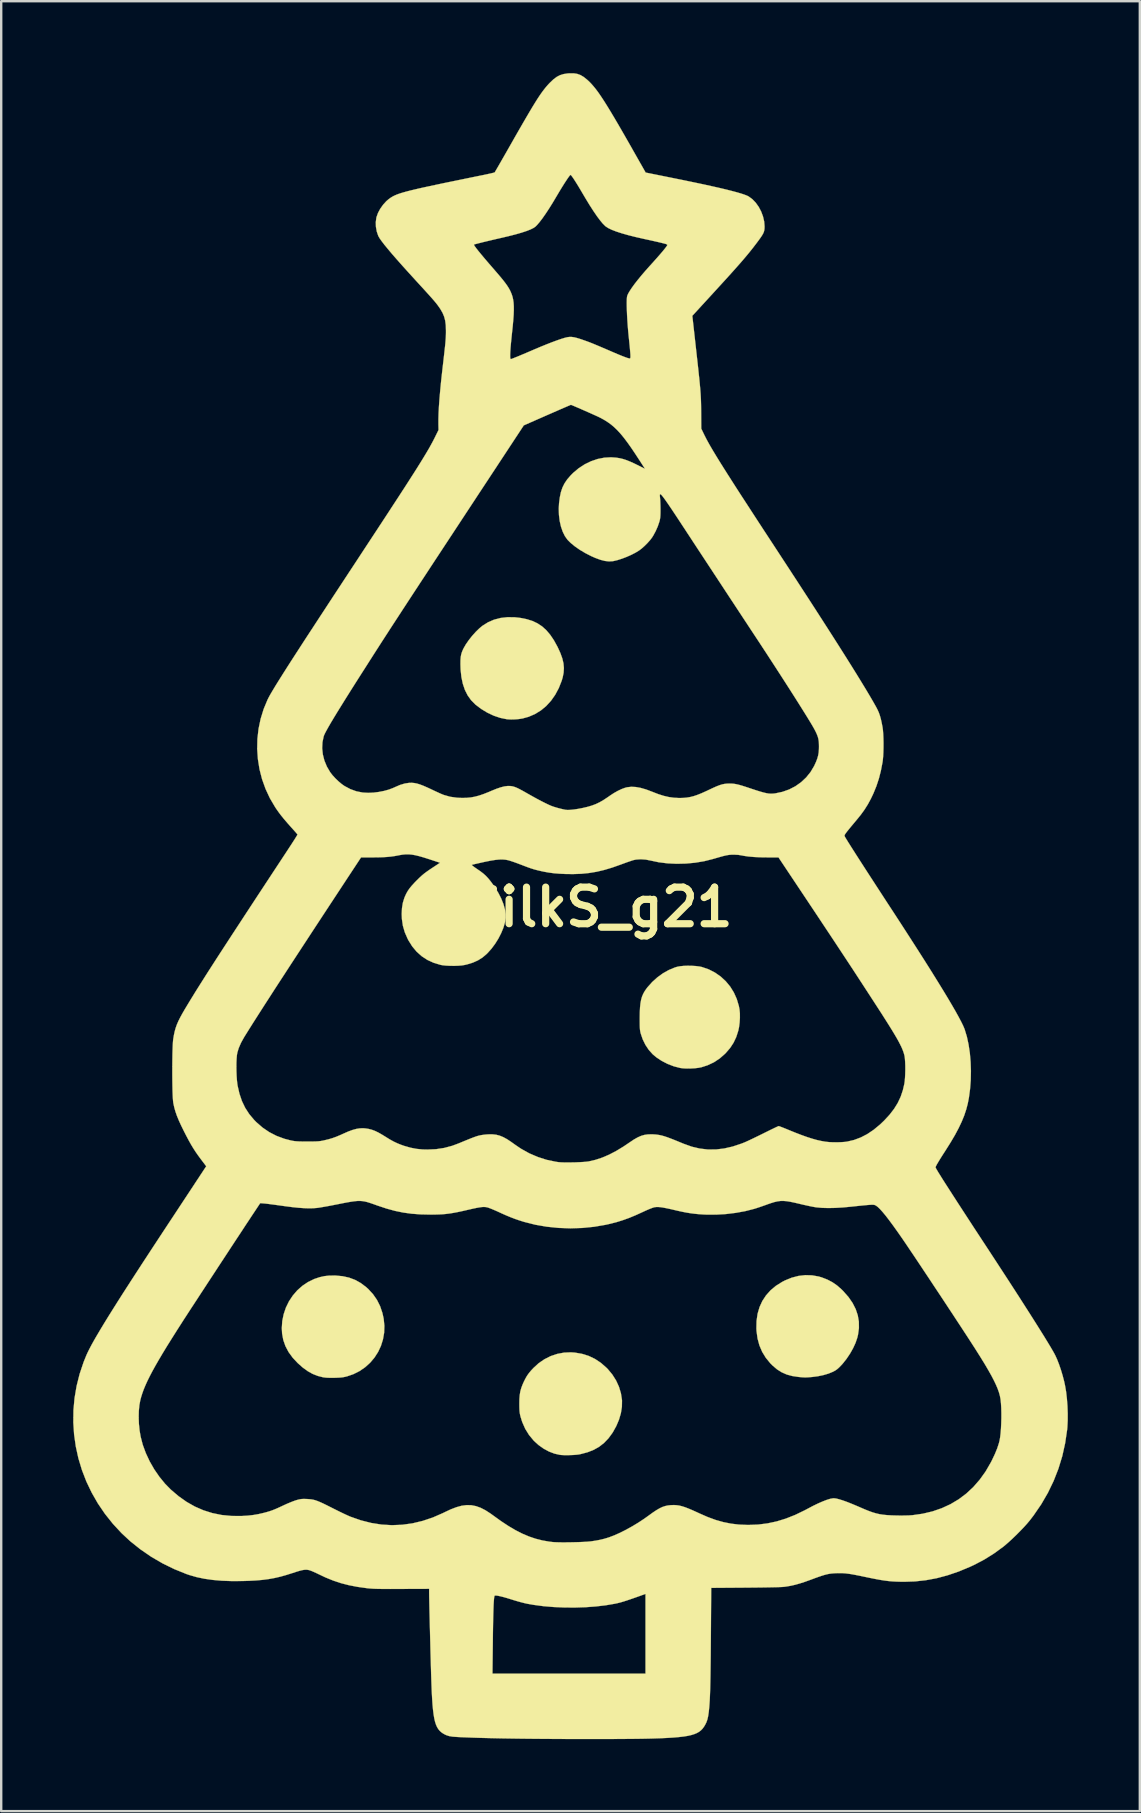
<source format=kicad_pcb>
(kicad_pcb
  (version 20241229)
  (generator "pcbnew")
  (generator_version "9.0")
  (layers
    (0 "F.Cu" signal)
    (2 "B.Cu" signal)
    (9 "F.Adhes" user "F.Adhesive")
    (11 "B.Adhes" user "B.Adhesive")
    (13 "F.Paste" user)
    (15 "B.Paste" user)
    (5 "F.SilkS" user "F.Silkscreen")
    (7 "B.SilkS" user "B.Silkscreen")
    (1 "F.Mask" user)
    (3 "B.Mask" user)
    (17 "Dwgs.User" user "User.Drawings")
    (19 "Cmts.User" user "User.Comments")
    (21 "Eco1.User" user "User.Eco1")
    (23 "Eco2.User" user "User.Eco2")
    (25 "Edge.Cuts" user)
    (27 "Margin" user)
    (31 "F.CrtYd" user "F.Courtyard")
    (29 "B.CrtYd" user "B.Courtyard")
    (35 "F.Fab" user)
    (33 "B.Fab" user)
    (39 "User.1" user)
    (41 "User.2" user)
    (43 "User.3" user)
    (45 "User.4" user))
  (footprint "F.SilkS_g21"
    (layer "F.Cu")
    (at 20.887 34.754)
    (property "Reference" "F.SilkS_g21" (at 0 0 0) (layer "F.SilkS") (effects (font (size 1.524 1.524) (thickness 0.3))))
    (attr through_hole)
    (fp_poly (pts (xy -9.959 15.352) (xy -9.662 15.379) (xy -9.389 15.439) (xy -9.137 15.534) (xy -8.9 15.666) (xy -8.676 15.836) (xy -8.593 15.911) (xy -8.393 16.128) (xy -8.228 16.366) (xy -8.097 16.627) (xy -8.001 16.911) (xy -7.948 17.153) (xy -7.919 17.447) (xy -7.929 17.735) (xy -7.978 18.015) (xy -8.062 18.283) (xy -8.181 18.536) (xy -8.332 18.771) (xy -8.512 18.984) (xy -8.72 19.172) (xy -8.954 19.333) (xy -9.212 19.462) (xy -9.464 19.549) (xy -9.555 19.572) (xy -9.64 19.589) (xy -9.731 19.6) (xy -9.841 19.607) (xy -9.98 19.612) (xy -9.991 19.612) (xy -10.189 19.614) (xy -10.348 19.607) (xy -10.468 19.592) (xy -10.47 19.592) (xy -10.696 19.534) (xy -10.909 19.45) (xy -11.115 19.335) (xy -11.32 19.186) (xy -11.53 19) (xy -11.531 18.999) (xy -11.742 18.773) (xy -11.912 18.539) (xy -12.041 18.295) (xy -12.131 18.039) (xy -12.181 17.771) (xy -12.193 17.544) (xy -12.174 17.248) (xy -12.115 16.961) (xy -12.022 16.686) (xy -11.895 16.427) (xy -11.737 16.188) (xy -11.551 15.971) (xy -11.339 15.782) (xy -11.103 15.623) (xy -10.846 15.498) (xy -10.827 15.491) (xy -10.619 15.421) (xy -10.417 15.376) (xy -10.207 15.353) (xy -9.975 15.352) (xy -9.959 15.352)) (stroke (width 0.01) (type solid)) (fill yes) (layer "F.SilkS"))
    (fp_poly (pts (xy -2.481 -12.08) (xy -2.254 -12.054) (xy -1.99 -12.002) (xy -1.753 -11.928) (xy -1.54 -11.828) (xy -1.346 -11.7) (xy -1.17 -11.541) (xy -1.007 -11.349) (xy -0.853 -11.12) (xy -0.705 -10.851) (xy -0.693 -10.827) (xy -0.583 -10.586) (xy -0.504 -10.366) (xy -0.456 -10.161) (xy -0.438 -9.964) (xy -0.45 -9.769) (xy -0.49 -9.569) (xy -0.529 -9.438) (xy -0.651 -9.129) (xy -0.801 -8.849) (xy -0.976 -8.6) (xy -1.176 -8.382) (xy -1.398 -8.198) (xy -1.642 -8.048) (xy -1.906 -7.934) (xy -2.159 -7.864) (xy -2.308 -7.84) (xy -2.475 -7.826) (xy -2.641 -7.822) (xy -2.79 -7.829) (xy -2.826 -7.834) (xy -3.09 -7.888) (xy -3.36 -7.979) (xy -3.626 -8.104) (xy -3.881 -8.258) (xy -4.118 -8.437) (xy -4.132 -8.45) (xy -4.304 -8.624) (xy -4.447 -8.823) (xy -4.562 -9.05) (xy -4.649 -9.305) (xy -4.709 -9.59) (xy -4.742 -9.906) (xy -4.749 -10.128) (xy -4.747 -10.291) (xy -4.737 -10.423) (xy -4.717 -10.535) (xy -4.684 -10.64) (xy -4.637 -10.749) (xy -4.62 -10.784) (xy -4.525 -10.95) (xy -4.403 -11.126) (xy -4.263 -11.303) (xy -4.114 -11.47) (xy -3.963 -11.617) (xy -3.833 -11.725) (xy -3.601 -11.871) (xy -3.35 -11.98) (xy -3.079 -12.051) (xy -2.79 -12.084) (xy -2.481 -12.08)) (stroke (width 0.01) (type solid)) (fill yes) (layer "F.SilkS"))
    (fp_poly (pts (xy 9.903 15.343) (xy 10.181 15.392) (xy 10.313 15.431) (xy 10.546 15.522) (xy 10.756 15.633) (xy 10.951 15.769) (xy 11.143 15.939) (xy 11.212 16.009) (xy 11.425 16.252) (xy 11.595 16.499) (xy 11.723 16.752) (xy 11.809 17.009) (xy 11.854 17.272) (xy 11.857 17.542) (xy 11.819 17.818) (xy 11.787 17.949) (xy 11.715 18.16) (xy 11.612 18.383) (xy 11.485 18.608) (xy 11.339 18.825) (xy 11.18 19.025) (xy 11.111 19.1) (xy 11.024 19.189) (xy 10.949 19.255) (xy 10.876 19.306) (xy 10.79 19.353) (xy 10.768 19.364) (xy 10.588 19.438) (xy 10.377 19.5) (xy 10.147 19.548) (xy 9.908 19.579) (xy 9.906 19.579) (xy 9.782 19.589) (xy 9.685 19.595) (xy 9.603 19.596) (xy 9.519 19.593) (xy 9.422 19.585) (xy 9.345 19.578) (xy 9.082 19.539) (xy 8.849 19.476) (xy 8.638 19.383) (xy 8.443 19.26) (xy 8.256 19.1) (xy 8.166 19.01) (xy 7.977 18.78) (xy 7.825 18.531) (xy 7.71 18.262) (xy 7.632 17.974) (xy 7.59 17.663) (xy 7.584 17.558) (xy 7.591 17.241) (xy 7.634 16.944) (xy 7.715 16.667) (xy 7.832 16.412) (xy 7.985 16.179) (xy 8.173 15.968) (xy 8.396 15.781) (xy 8.655 15.618) (xy 8.772 15.557) (xy 9.053 15.442) (xy 9.337 15.368) (xy 9.621 15.335) (xy 9.903 15.343)) (stroke (width 0.01) (type solid)) (fill yes) (layer "F.SilkS"))
    (fp_poly (pts (xy 0.019 18.563) (xy 0.321 18.615) (xy 0.602 18.704) (xy 0.865 18.831) (xy 1.111 18.996) (xy 1.343 19.2) (xy 1.392 19.25) (xy 1.581 19.478) (xy 1.737 19.725) (xy 1.857 19.987) (xy 1.939 20.259) (xy 1.982 20.536) (xy 1.984 20.569) (xy 1.979 20.824) (xy 1.937 21.089) (xy 1.858 21.358) (xy 1.745 21.625) (xy 1.6 21.885) (xy 1.582 21.913) (xy 1.417 22.138) (xy 1.235 22.327) (xy 1.034 22.485) (xy 0.808 22.613) (xy 0.554 22.714) (xy 0.269 22.79) (xy 0.192 22.806) (xy 0.098 22.818) (xy -0.026 22.828) (xy -0.166 22.834) (xy -0.31 22.836) (xy -0.445 22.835) (xy -0.557 22.829) (xy -0.603 22.824) (xy -0.831 22.773) (xy -1.061 22.685) (xy -1.285 22.564) (xy -1.496 22.414) (xy -1.688 22.239) (xy -1.694 22.232) (xy -1.891 21.995) (xy -2.051 21.736) (xy -2.175 21.455) (xy -2.238 21.254) (xy -2.26 21.169) (xy -2.275 21.093) (xy -2.285 21.015) (xy -2.291 20.925) (xy -2.294 20.811) (xy -2.295 20.701) (xy -2.292 20.5) (xy -2.278 20.329) (xy -2.253 20.177) (xy -2.212 20.032) (xy -2.155 19.882) (xy -2.108 19.778) (xy -2.039 19.64) (xy -1.972 19.525) (xy -1.898 19.421) (xy -1.809 19.313) (xy -1.705 19.202) (xy -1.486 19.002) (xy -1.245 18.837) (xy -0.987 18.708) (xy -0.715 18.617) (xy -0.433 18.564) (xy -0.146 18.552) (xy 0.019 18.563)) (stroke (width 0.01) (type solid)) (fill yes) (layer "F.SilkS"))
    (fp_poly (pts (xy 4.896 2.444) (xy 5.063 2.454) (xy 5.212 2.473) (xy 5.313 2.494) (xy 5.596 2.592) (xy 5.858 2.726) (xy 6.096 2.892) (xy 6.308 3.088) (xy 6.493 3.311) (xy 6.646 3.559) (xy 6.767 3.829) (xy 6.853 4.118) (xy 6.88 4.261) (xy 6.896 4.424) (xy 6.897 4.611) (xy 6.885 4.808) (xy 6.861 4.998) (xy 6.83 5.146) (xy 6.745 5.41) (xy 6.633 5.648) (xy 6.489 5.868) (xy 6.307 6.079) (xy 6.278 6.109) (xy 6.056 6.304) (xy 5.816 6.463) (xy 5.554 6.587) (xy 5.295 6.671) (xy 5.17 6.695) (xy 5.018 6.713) (xy 4.851 6.722) (xy 4.684 6.724) (xy 4.531 6.717) (xy 4.41 6.701) (xy 4.146 6.633) (xy 3.885 6.533) (xy 3.638 6.406) (xy 3.413 6.256) (xy 3.262 6.129) (xy 3.1 5.949) (xy 2.96 5.739) (xy 2.845 5.504) (xy 2.769 5.281) (xy 2.753 5.222) (xy 2.742 5.166) (xy 2.733 5.105) (xy 2.728 5.033) (xy 2.724 4.942) (xy 2.723 4.824) (xy 2.722 4.674) (xy 2.722 4.625) (xy 2.725 4.385) (xy 2.735 4.181) (xy 2.753 4.007) (xy 2.781 3.857) (xy 2.819 3.724) (xy 2.871 3.603) (xy 2.937 3.488) (xy 3.019 3.372) (xy 3.046 3.338) (xy 3.24 3.121) (xy 3.456 2.926) (xy 3.689 2.757) (xy 3.932 2.62) (xy 4.179 2.517) (xy 4.286 2.484) (xy 4.406 2.462) (xy 4.556 2.447) (xy 4.723 2.441) (xy 4.896 2.444)) (stroke (width 0.01) (type solid)) (fill yes) (layer "F.SilkS"))
    (fp_poly (pts (xy -0.032 -34.749) (xy 0.116 -34.726) (xy 0.252 -34.677) (xy 0.386 -34.598) (xy 0.526 -34.486) (xy 0.57 -34.447) (xy 0.645 -34.375) (xy 0.72 -34.296) (xy 0.797 -34.207) (xy 0.878 -34.108) (xy 0.963 -33.996) (xy 1.054 -33.868) (xy 1.152 -33.722) (xy 1.259 -33.557) (xy 1.376 -33.37) (xy 1.505 -33.159) (xy 1.646 -32.923) (xy 1.802 -32.658) (xy 1.973 -32.363) (xy 2.161 -32.035) (xy 2.368 -31.673) (xy 2.433 -31.557) (xy 2.969 -30.613) (xy 4.046 -30.396) (xy 4.526 -30.299) (xy 4.964 -30.208) (xy 5.363 -30.124) (xy 5.721 -30.045) (xy 6.042 -29.973) (xy 6.324 -29.906) (xy 6.569 -29.844) (xy 6.778 -29.788) (xy 6.952 -29.737) (xy 7.09 -29.691) (xy 7.195 -29.65) (xy 7.258 -29.619) (xy 7.413 -29.506) (xy 7.555 -29.359) (xy 7.679 -29.185) (xy 7.782 -28.991) (xy 7.859 -28.785) (xy 7.908 -28.574) (xy 7.924 -28.374) (xy 7.922 -28.289) (xy 7.914 -28.216) (xy 7.897 -28.147) (xy 7.868 -28.077) (xy 7.823 -27.998) (xy 7.761 -27.904) (xy 7.677 -27.788) (xy 7.608 -27.695) (xy 7.518 -27.577) (xy 7.429 -27.462) (xy 7.338 -27.347) (xy 7.242 -27.229) (xy 7.14 -27.106) (xy 7.028 -26.974) (xy 6.905 -26.832) (xy 6.768 -26.677) (xy 6.615 -26.505) (xy 6.443 -26.314) (xy 6.25 -26.101) (xy 6.033 -25.864) (xy 5.791 -25.599) (xy 5.703 -25.503) (xy 4.914 -24.643) (xy 5.059 -23.344) (xy 5.096 -23.01) (xy 5.129 -22.714) (xy 5.158 -22.453) (xy 5.182 -22.223) (xy 5.204 -22.021) (xy 5.221 -21.842) (xy 5.236 -21.684) (xy 5.248 -21.542) (xy 5.258 -21.413) (xy 5.265 -21.293) (xy 5.271 -21.179) (xy 5.275 -21.067) (xy 5.278 -20.953) (xy 5.28 -20.834) (xy 5.281 -20.706) (xy 5.282 -20.602) (xy 5.286 -19.943) (xy 5.412 -19.682) (xy 5.457 -19.592) (xy 5.507 -19.495) (xy 5.565 -19.388) (xy 5.63 -19.271) (xy 5.705 -19.142) (xy 5.789 -18.999) (xy 5.884 -18.842) (xy 5.991 -18.667) (xy 6.11 -18.475) (xy 6.243 -18.264) (xy 6.39 -18.031) (xy 6.553 -17.776) (xy 6.731 -17.497) (xy 6.927 -17.193) (xy 7.142 -16.863) (xy 7.375 -16.504) (xy 7.628 -16.115) (xy 7.902 -15.695) (xy 8.198 -15.243) (xy 8.442 -14.87) (xy 8.878 -14.203) (xy 9.29 -13.571) (xy 9.679 -12.973) (xy 10.044 -12.409) (xy 10.385 -11.879) (xy 10.704 -11.382) (xy 10.999 -10.919) (xy 11.272 -10.488) (xy 11.522 -10.09) (xy 11.75 -9.724) (xy 11.955 -9.39) (xy 12.139 -9.088) (xy 12.3 -8.818) (xy 12.44 -8.578) (xy 12.558 -8.369) (xy 12.571 -8.347) (xy 12.633 -8.227) (xy 12.685 -8.111) (xy 12.728 -7.99) (xy 12.767 -7.854) (xy 12.803 -7.694) (xy 12.84 -7.504) (xy 12.857 -7.379) (xy 12.869 -7.221) (xy 12.877 -7.04) (xy 12.881 -6.846) (xy 12.88 -6.648) (xy 12.875 -6.455) (xy 12.866 -6.277) (xy 12.852 -6.124) (xy 12.841 -6.043) (xy 12.772 -5.685) (xy 12.688 -5.355) (xy 12.585 -5.044) (xy 12.46 -4.738) (xy 12.353 -4.514) (xy 12.229 -4.285) (xy 12.091 -4.066) (xy 11.933 -3.847) (xy 11.766 -3.642) (xy 11.628 -3.477) (xy 11.516 -3.343) (xy 11.428 -3.234) (xy 11.36 -3.15) (xy 11.313 -3.087) (xy 11.282 -3.042) (xy 11.281 -3.04) (xy 11.263 -3.008) (xy 11.257 -2.981) (xy 11.266 -2.949) (xy 11.292 -2.899) (xy 11.329 -2.839) (xy 11.399 -2.725) (xy 11.485 -2.588) (xy 11.588 -2.426) (xy 11.708 -2.237) (xy 11.846 -2.022) (xy 12.003 -1.778) (xy 12.179 -1.505) (xy 12.376 -1.201) (xy 12.593 -0.867) (xy 12.832 -0.499) (xy 13.093 -0.098) (xy 13.268 0.169) (xy 13.64 0.741) (xy 13.987 1.279) (xy 14.31 1.782) (xy 14.609 2.251) (xy 14.883 2.686) (xy 15.132 3.087) (xy 15.357 3.453) (xy 15.558 3.785) (xy 15.734 4.083) (xy 15.887 4.348) (xy 16.014 4.578) (xy 16.118 4.774) (xy 16.198 4.937) (xy 16.253 5.066) (xy 16.264 5.096) (xy 16.355 5.395) (xy 16.426 5.725) (xy 16.479 6.079) (xy 16.511 6.448) (xy 16.524 6.826) (xy 16.517 7.206) (xy 16.488 7.58) (xy 16.44 7.941) (xy 16.391 8.191) (xy 16.327 8.434) (xy 16.245 8.682) (xy 16.14 8.938) (xy 16.012 9.208) (xy 15.859 9.495) (xy 15.678 9.802) (xy 15.473 10.128) (xy 15.344 10.328) (xy 15.239 10.495) (xy 15.158 10.629) (xy 15.099 10.73) (xy 15.064 10.8) (xy 15.05 10.84) (xy 15.05 10.843) (xy 15.061 10.871) (xy 15.096 10.934) (xy 15.154 11.032) (xy 15.235 11.163) (xy 15.338 11.328) (xy 15.464 11.526) (xy 15.612 11.756) (xy 15.781 12.019) (xy 15.972 12.315) (xy 16.184 12.641) (xy 16.417 12.999) (xy 16.67 13.388) (xy 16.945 13.807) (xy 17.177 14.161) (xy 17.484 14.63) (xy 17.778 15.081) (xy 18.058 15.511) (xy 18.323 15.92) (xy 18.572 16.306) (xy 18.804 16.669) (xy 19.02 17.007) (xy 19.217 17.318) (xy 19.396 17.603) (xy 19.556 17.859) (xy 19.695 18.086) (xy 19.814 18.282) (xy 19.911 18.447) (xy 19.986 18.578) (xy 20.034 18.668) (xy 20.114 18.843) (xy 20.195 19.05) (xy 20.273 19.277) (xy 20.345 19.516) (xy 20.407 19.754) (xy 20.446 19.932) (xy 20.491 20.195) (xy 20.524 20.486) (xy 20.547 20.791) (xy 20.558 21.098) (xy 20.557 21.396) (xy 20.543 21.671) (xy 20.533 21.78) (xy 20.451 22.336) (xy 20.331 22.876) (xy 20.17 23.402) (xy 19.97 23.912) (xy 19.731 24.407) (xy 19.453 24.886) (xy 19.135 25.349) (xy 18.974 25.559) (xy 18.863 25.691) (xy 18.727 25.842) (xy 18.573 26.002) (xy 18.411 26.165) (xy 18.247 26.323) (xy 18.089 26.468) (xy 17.945 26.593) (xy 17.865 26.658) (xy 17.482 26.936) (xy 17.094 27.179) (xy 16.689 27.394) (xy 16.492 27.486) (xy 16.018 27.684) (xy 15.555 27.842) (xy 15.099 27.964) (xy 14.646 28.048) (xy 14.191 28.098) (xy 13.773 28.112) (xy 13.585 28.111) (xy 13.413 28.106) (xy 13.25 28.097) (xy 13.089 28.083) (xy 12.923 28.062) (xy 12.744 28.034) (xy 12.545 27.997) (xy 12.318 27.952) (xy 12.107 27.908) (xy 11.888 27.862) (xy 11.703 27.826) (xy 11.546 27.797) (xy 11.412 27.777) (xy 11.292 27.763) (xy 11.182 27.755) (xy 11.074 27.752) (xy 10.963 27.754) (xy 10.922 27.755) (xy 10.815 27.76) (xy 10.719 27.768) (xy 10.628 27.78) (xy 10.537 27.798) (xy 10.438 27.823) (xy 10.325 27.857) (xy 10.192 27.902) (xy 10.032 27.959) (xy 9.85 28.027) (xy 9.608 28.114) (xy 9.394 28.183) (xy 9.199 28.238) (xy 9.015 28.28) (xy 8.831 28.311) (xy 8.752 28.322) (xy 8.689 28.328) (xy 8.585 28.333) (xy 8.443 28.338) (xy 8.265 28.342) (xy 8.053 28.346) (xy 7.809 28.35) (xy 7.535 28.353) (xy 7.234 28.356) (xy 7.131 28.357) (xy 5.701 28.367) (xy 5.687 30.392) (xy 5.684 30.805) (xy 5.681 31.179) (xy 5.677 31.515) (xy 5.673 31.817) (xy 5.669 32.088) (xy 5.664 32.329) (xy 5.659 32.544) (xy 5.653 32.735) (xy 5.646 32.906) (xy 5.639 33.058) (xy 5.63 33.194) (xy 5.621 33.317) (xy 5.61 33.43) (xy 5.599 33.536) (xy 5.598 33.544) (xy 5.573 33.715) (xy 5.541 33.855) (xy 5.498 33.976) (xy 5.441 34.088) (xy 5.395 34.161) (xy 5.339 34.237) (xy 5.274 34.304) (xy 5.198 34.363) (xy 5.108 34.415) (xy 5.002 34.46) (xy 4.877 34.499) (xy 4.73 34.533) (xy 4.558 34.561) (xy 4.359 34.584) (xy 4.131 34.604) (xy 3.869 34.62) (xy 3.573 34.634) (xy 3.238 34.645) (xy 3.027 34.65) (xy 2.837 34.654) (xy 2.61 34.657) (xy 2.348 34.66) (xy 2.057 34.662) (xy 1.739 34.664) (xy 1.4 34.665) (xy 1.043 34.666) (xy 0.672 34.666) (xy 0.292 34.666) (xy -0.093 34.665) (xy -0.48 34.664) (xy -0.863 34.662) (xy -1.24 34.66) (xy -1.606 34.657) (xy -1.956 34.654) (xy -2.287 34.65) (xy -2.443 34.648) (xy -2.762 34.643) (xy -3.075 34.638) (xy -3.381 34.631) (xy -3.674 34.624) (xy -3.952 34.617) (xy -4.21 34.609) (xy -4.444 34.6) (xy -4.651 34.592) (xy -4.828 34.584) (xy -4.97 34.575) (xy -5.074 34.567) (xy -5.081 34.566) (xy -5.222 34.543) (xy -5.345 34.502) (xy -5.384 34.484) (xy -5.469 34.438) (xy -5.544 34.386) (xy -5.611 34.326) (xy -5.67 34.255) (xy -5.722 34.17) (xy -5.767 34.07) (xy -5.806 33.951) (xy -5.839 33.81) (xy -5.867 33.645) (xy -5.891 33.454) (xy -5.912 33.233) (xy -5.929 32.981) (xy -5.944 32.694) (xy -5.957 32.37) (xy -5.969 32.015) (xy -5.971 31.941) (xy -3.415 31.941) (xy 2.963 31.941) (xy 2.963 28.619) (xy 2.693 28.716) (xy 2.484 28.79) (xy 2.307 28.851) (xy 2.158 28.901) (xy 2.03 28.941) (xy 1.917 28.974) (xy 1.813 29) (xy 1.712 29.023) (xy 1.685 29.028) (xy 1.305 29.093) (xy 0.896 29.141) (xy 0.465 29.173) (xy 0.022 29.187) (xy -0.425 29.184) (xy -0.867 29.165) (xy -1.295 29.129) (xy -1.7 29.075) (xy -1.963 29.029) (xy -2.074 29.004) (xy -2.212 28.969) (xy -2.362 28.928) (xy -2.51 28.884) (xy -2.584 28.861) (xy -2.78 28.8) (xy -2.95 28.751) (xy -3.092 28.716) (xy -3.203 28.693) (xy -3.28 28.685) (xy -3.321 28.691) (xy -3.323 28.694) (xy -3.334 28.717) (xy -3.344 28.766) (xy -3.352 28.843) (xy -3.36 28.948) (xy -3.368 29.085) (xy -3.374 29.253) (xy -3.38 29.456) (xy -3.386 29.695) (xy -3.391 29.971) (xy -3.396 30.286) (xy -3.399 30.602) (xy -3.415 31.941) (xy -5.971 31.941) (xy -5.974 31.83) (xy -5.98 31.623) (xy -5.986 31.397) (xy -5.993 31.157) (xy -6 30.907) (xy -6.006 30.65) (xy -6.013 30.391) (xy -6.019 30.135) (xy -6.026 29.884) (xy -6.031 29.643) (xy -6.037 29.416) (xy -6.042 29.208) (xy -6.046 29.022) (xy -6.049 28.862) (xy -6.052 28.733) (xy -6.053 28.638) (xy -6.054 28.585) (xy -6.054 28.407) (xy -7.191 28.411) (xy -7.452 28.412) (xy -7.676 28.413) (xy -7.865 28.412) (xy -8.026 28.411) (xy -8.162 28.409) (xy -8.277 28.406) (xy -8.377 28.402) (xy -8.465 28.396) (xy -8.547 28.39) (xy -8.625 28.382) (xy -8.651 28.379) (xy -9.038 28.325) (xy -9.395 28.256) (xy -9.73 28.17) (xy -10.054 28.062) (xy -10.376 27.931) (xy -10.649 27.801) (xy -10.758 27.749) (xy -10.866 27.7) (xy -10.961 27.66) (xy -11.032 27.634) (xy -11.039 27.632) (xy -11.108 27.616) (xy -11.178 27.61) (xy -11.256 27.614) (xy -11.349 27.63) (xy -11.463 27.659) (xy -11.604 27.702) (xy -11.751 27.75) (xy -12.011 27.832) (xy -12.257 27.901) (xy -12.496 27.956) (xy -12.737 28) (xy -12.988 28.033) (xy -13.257 28.057) (xy -13.553 28.073) (xy -13.844 28.082) (xy -14.287 28.084) (xy -14.694 28.069) (xy -15.07 28.036) (xy -15.417 27.987) (xy -15.741 27.919) (xy -16.044 27.832) (xy -16.171 27.789) (xy -16.679 27.583) (xy -17.17 27.342) (xy -17.64 27.068) (xy -18.085 26.762) (xy -18.504 26.428) (xy -18.87 26.088) (xy -19.235 25.694) (xy -19.565 25.28) (xy -19.859 24.847) (xy -20.116 24.398) (xy -20.338 23.934) (xy -20.522 23.458) (xy -20.669 22.971) (xy -20.778 22.476) (xy -20.849 21.976) (xy -20.882 21.47) (xy -20.879 21.261) (xy -18.158 21.261) (xy -18.148 21.535) (xy -18.12 21.809) (xy -18.076 22.067) (xy -17.987 22.408) (xy -17.86 22.752) (xy -17.701 23.093) (xy -17.512 23.423) (xy -17.297 23.736) (xy -17.062 24.024) (xy -16.823 24.268) (xy -16.498 24.545) (xy -16.163 24.782) (xy -15.818 24.978) (xy -15.46 25.134) (xy -15.088 25.251) (xy -14.701 25.33) (xy -14.296 25.37) (xy -13.874 25.372) (xy -13.864 25.372) (xy -13.611 25.357) (xy -13.383 25.331) (xy -13.164 25.293) (xy -12.936 25.24) (xy -12.901 25.231) (xy -12.789 25.2) (xy -12.69 25.17) (xy -12.595 25.137) (xy -12.495 25.098) (xy -12.383 25.05) (xy -12.249 24.989) (xy -12.095 24.917) (xy -11.97 24.86) (xy -11.84 24.806) (xy -11.717 24.757) (xy -11.615 24.721) (xy -11.58 24.71) (xy -11.485 24.685) (xy -11.408 24.669) (xy -11.332 24.662) (xy -11.243 24.661) (xy -11.147 24.664) (xy -11.053 24.67) (xy -10.967 24.679) (xy -10.885 24.693) (xy -10.8 24.715) (xy -10.708 24.747) (xy -10.603 24.79) (xy -10.479 24.846) (xy -10.331 24.918) (xy -10.154 25.007) (xy -10.083 25.043) (xy -9.931 25.119) (xy -9.78 25.194) (xy -9.637 25.263) (xy -9.509 25.323) (xy -9.404 25.37) (xy -9.336 25.4) (xy -8.901 25.552) (xy -8.468 25.662) (xy -8.037 25.73) (xy -7.607 25.755) (xy -7.179 25.738) (xy -6.751 25.679) (xy -6.325 25.577) (xy -5.899 25.434) (xy -5.474 25.248) (xy -5.416 25.219) (xy -5.154 25.096) (xy -4.916 25.005) (xy -4.697 24.945) (xy -4.492 24.918) (xy -4.295 24.923) (xy -4.101 24.961) (xy -3.906 25.031) (xy -3.704 25.135) (xy -3.491 25.273) (xy -3.382 25.352) (xy -3.054 25.588) (xy -2.746 25.791) (xy -2.452 25.964) (xy -2.17 26.108) (xy -1.892 26.226) (xy -1.617 26.319) (xy -1.337 26.39) (xy -1.05 26.44) (xy -0.91 26.457) (xy -0.817 26.464) (xy -0.69 26.468) (xy -0.535 26.471) (xy -0.363 26.471) (xy -0.179 26.469) (xy 0.008 26.465) (xy 0.19 26.46) (xy 0.359 26.453) (xy 0.508 26.445) (xy 0.629 26.435) (xy 0.688 26.429) (xy 0.893 26.398) (xy 1.071 26.364) (xy 1.236 26.324) (xy 1.403 26.274) (xy 1.46 26.255) (xy 1.672 26.174) (xy 1.906 26.069) (xy 2.154 25.944) (xy 2.408 25.803) (xy 2.66 25.651) (xy 2.9 25.493) (xy 3.088 25.359) (xy 3.263 25.232) (xy 3.413 25.132) (xy 3.546 25.054) (xy 3.666 24.997) (xy 3.781 24.958) (xy 3.897 24.933) (xy 4.02 24.92) (xy 4.043 24.919) (xy 4.153 24.916) (xy 4.258 24.922) (xy 4.365 24.937) (xy 4.478 24.964) (xy 4.604 25.004) (xy 4.748 25.059) (xy 4.915 25.129) (xy 5.112 25.218) (xy 5.206 25.262) (xy 5.555 25.415) (xy 5.885 25.536) (xy 6.207 25.627) (xy 6.528 25.691) (xy 6.855 25.73) (xy 7.199 25.744) (xy 7.26 25.745) (xy 7.658 25.729) (xy 8.046 25.68) (xy 8.43 25.598) (xy 8.813 25.48) (xy 9.202 25.326) (xy 9.599 25.134) (xy 9.716 25.072) (xy 9.944 24.951) (xy 10.157 24.848) (xy 10.35 24.764) (xy 10.52 24.699) (xy 10.663 24.655) (xy 10.777 24.635) (xy 10.816 24.633) (xy 10.907 24.644) (xy 11.031 24.675) (xy 11.186 24.723) (xy 11.37 24.789) (xy 11.578 24.872) (xy 11.808 24.969) (xy 11.864 24.993) (xy 12.076 25.085) (xy 12.258 25.159) (xy 12.42 25.218) (xy 12.57 25.262) (xy 12.715 25.296) (xy 12.865 25.319) (xy 13.027 25.335) (xy 13.211 25.346) (xy 13.377 25.351) (xy 13.582 25.355) (xy 13.773 25.353) (xy 13.942 25.348) (xy 14.078 25.339) (xy 14.083 25.339) (xy 14.515 25.277) (xy 14.924 25.18) (xy 15.312 25.046) (xy 15.676 24.878) (xy 16.017 24.674) (xy 16.334 24.435) (xy 16.627 24.161) (xy 16.895 23.853) (xy 17.139 23.511) (xy 17.357 23.134) (xy 17.398 23.054) (xy 17.523 22.79) (xy 17.62 22.553) (xy 17.69 22.338) (xy 17.718 22.227) (xy 17.742 22.089) (xy 17.762 21.919) (xy 17.777 21.724) (xy 17.787 21.512) (xy 17.793 21.294) (xy 17.793 21.077) (xy 17.788 20.87) (xy 17.777 20.682) (xy 17.761 20.522) (xy 17.756 20.489) (xy 17.731 20.36) (xy 17.693 20.223) (xy 17.64 20.073) (xy 17.571 19.909) (xy 17.485 19.729) (xy 17.381 19.528) (xy 17.256 19.306) (xy 17.111 19.058) (xy 16.942 18.783) (xy 16.75 18.478) (xy 16.69 18.383) (xy 16.582 18.216) (xy 16.455 18.019) (xy 16.311 17.798) (xy 16.153 17.556) (xy 15.982 17.296) (xy 15.802 17.021) (xy 15.614 16.736) (xy 15.422 16.444) (xy 15.227 16.149) (xy 15.031 15.854) (xy 14.838 15.562) (xy 14.649 15.278) (xy 14.467 15.004) (xy 14.295 14.746) (xy 14.134 14.505) (xy 13.986 14.286) (xy 13.856 14.092) (xy 13.744 13.927) (xy 13.665 13.811) (xy 13.461 13.519) (xy 13.278 13.263) (xy 13.115 13.043) (xy 12.971 12.856) (xy 12.844 12.703) (xy 12.736 12.583) (xy 12.644 12.494) (xy 12.568 12.437) (xy 12.509 12.41) (xy 12.48 12.404) (xy 12.439 12.401) (xy 12.385 12.401) (xy 12.312 12.405) (xy 12.217 12.412) (xy 12.095 12.423) (xy 11.944 12.438) (xy 11.758 12.457) (xy 11.536 12.481) (xy 11.194 12.513) (xy 10.876 12.532) (xy 10.584 12.538) (xy 10.324 12.531) (xy 10.098 12.511) (xy 10.034 12.502) (xy 9.943 12.486) (xy 9.821 12.462) (xy 9.68 12.431) (xy 9.53 12.398) (xy 9.382 12.363) (xy 9.371 12.36) (xy 9.164 12.312) (xy 8.99 12.276) (xy 8.841 12.252) (xy 8.709 12.242) (xy 8.586 12.244) (xy 8.464 12.26) (xy 8.336 12.289) (xy 8.193 12.333) (xy 8.028 12.39) (xy 7.98 12.408) (xy 7.855 12.452) (xy 7.722 12.498) (xy 7.598 12.539) (xy 7.497 12.571) (xy 7.493 12.572) (xy 7.122 12.667) (xy 6.726 12.739) (xy 6.316 12.789) (xy 5.903 12.813) (xy 5.499 12.812) (xy 5.37 12.806) (xy 5.176 12.793) (xy 5.003 12.776) (xy 4.838 12.755) (xy 4.672 12.728) (xy 4.492 12.693) (xy 4.287 12.648) (xy 4.181 12.623) (xy 3.984 12.577) (xy 3.822 12.543) (xy 3.69 12.518) (xy 3.582 12.502) (xy 3.494 12.495) (xy 3.42 12.495) (xy 3.354 12.502) (xy 3.332 12.506) (xy 3.274 12.523) (xy 3.186 12.555) (xy 3.078 12.599) (xy 2.959 12.651) (xy 2.86 12.697) (xy 2.56 12.834) (xy 2.283 12.949) (xy 2.017 13.045) (xy 1.753 13.127) (xy 1.479 13.197) (xy 1.3 13.237) (xy 0.821 13.319) (xy 0.33 13.368) (xy -0.167 13.384) (xy -0.664 13.366) (xy -1.153 13.316) (xy -1.628 13.234) (xy -2.082 13.119) (xy -2.117 13.109) (xy -2.307 13.049) (xy -2.484 12.988) (xy -2.658 12.921) (xy -2.842 12.845) (xy -3.047 12.754) (xy -3.143 12.709) (xy -3.269 12.652) (xy -3.389 12.601) (xy -3.496 12.557) (xy -3.582 12.525) (xy -3.638 12.508) (xy -3.638 12.508) (xy -3.704 12.497) (xy -3.773 12.493) (xy -3.854 12.497) (xy -3.951 12.51) (xy -4.071 12.531) (xy -4.219 12.562) (xy -4.403 12.604) (xy -4.645 12.66) (xy -4.855 12.705) (xy -5.04 12.74) (xy -5.21 12.767) (xy -5.373 12.787) (xy -5.537 12.8) (xy -5.71 12.807) (xy -5.901 12.811) (xy -6.022 12.811) (xy -6.416 12.802) (xy -6.782 12.775) (xy -7.132 12.727) (xy -7.477 12.656) (xy -7.829 12.56) (xy -8.197 12.438) (xy -8.234 12.425) (xy -8.384 12.371) (xy -8.513 12.327) (xy -8.626 12.292) (xy -8.73 12.266) (xy -8.829 12.25) (xy -8.93 12.242) (xy -9.037 12.243) (xy -9.157 12.254) (xy -9.294 12.273) (xy -9.455 12.3) (xy -9.645 12.336) (xy -9.869 12.381) (xy -9.932 12.393) (xy -10.095 12.425) (xy -10.257 12.456) (xy -10.41 12.483) (xy -10.544 12.506) (xy -10.652 12.524) (xy -10.718 12.533) (xy -10.882 12.546) (xy -11.063 12.55) (xy -11.266 12.543) (xy -11.496 12.527) (xy -11.757 12.5) (xy -12.052 12.462) (xy -12.16 12.447) (xy -12.326 12.424) (xy -12.486 12.402) (xy -12.633 12.383) (xy -12.761 12.366) (xy -12.862 12.354) (xy -12.929 12.347) (xy -12.934 12.347) (xy -13.094 12.335) (xy -13.366 12.745) (xy -13.456 12.88) (xy -13.564 13.045) (xy -13.69 13.234) (xy -13.829 13.447) (xy -13.981 13.678) (xy -14.144 13.925) (xy -14.314 14.184) (xy -14.49 14.453) (xy -14.67 14.727) (xy -14.852 15.004) (xy -15.032 15.28) (xy -15.21 15.551) (xy -15.383 15.816) (xy -15.549 16.069) (xy -15.705 16.309) (xy -15.85 16.531) (xy -15.982 16.732) (xy -16.097 16.909) (xy -16.194 17.059) (xy -16.272 17.178) (xy -16.298 17.219) (xy -16.547 17.608) (xy -16.772 17.965) (xy -16.976 18.291) (xy -17.158 18.59) (xy -17.32 18.864) (xy -17.464 19.114) (xy -17.591 19.344) (xy -17.701 19.555) (xy -17.797 19.749) (xy -17.878 19.929) (xy -17.948 20.097) (xy -18.005 20.255) (xy -18.053 20.406) (xy -18.088 20.535) (xy -18.129 20.751) (xy -18.152 20.996) (xy -18.158 21.261) (xy -20.879 21.261) (xy -20.876 20.963) (xy -20.83 20.456) (xy -20.744 19.951) (xy -20.618 19.45) (xy -20.452 18.955) (xy -20.331 18.658) (xy -20.275 18.538) (xy -20.205 18.398) (xy -20.12 18.237) (xy -20.019 18.055) (xy -19.901 17.851) (xy -19.766 17.623) (xy -19.614 17.37) (xy -19.443 17.092) (xy -19.253 16.788) (xy -19.045 16.457) (xy -18.816 16.097) (xy -18.566 15.709) (xy -18.295 15.29) (xy -18.002 14.839) (xy -17.687 14.357) (xy -17.349 13.842) (xy -17.064 13.409) (xy -16.903 13.164) (xy -16.74 12.918) (xy -16.58 12.675) (xy -16.424 12.438) (xy -16.275 12.212) (xy -16.135 12) (xy -16.007 11.806) (xy -15.894 11.635) (xy -15.799 11.489) (xy -15.723 11.374) (xy -15.701 11.341) (xy -15.343 10.797) (xy -15.551 10.523) (xy -15.671 10.361) (xy -15.778 10.208) (xy -15.877 10.055) (xy -15.974 9.895) (xy -16.073 9.718) (xy -16.179 9.518) (xy -16.278 9.324) (xy -16.395 9.085) (xy -16.491 8.874) (xy -16.568 8.685) (xy -16.628 8.512) (xy -16.674 8.349) (xy -16.709 8.188) (xy -16.717 8.145) (xy -16.726 8.062) (xy -16.735 7.942) (xy -16.742 7.792) (xy -16.748 7.615) (xy -16.752 7.417) (xy -16.755 7.205) (xy -16.757 6.983) (xy -16.757 6.757) (xy -16.756 6.655) (xy -14.087 6.655) (xy -14.084 6.842) (xy -14.077 7.028) (xy -14.065 7.202) (xy -14.048 7.357) (xy -14.036 7.438) (xy -13.959 7.774) (xy -13.855 8.081) (xy -13.72 8.362) (xy -13.552 8.622) (xy -13.35 8.863) (xy -13.258 8.957) (xy -12.996 9.185) (xy -12.715 9.376) (xy -12.414 9.531) (xy -12.09 9.651) (xy -11.826 9.72) (xy -11.747 9.736) (xy -11.673 9.748) (xy -11.595 9.756) (xy -11.504 9.762) (xy -11.394 9.765) (xy -11.255 9.767) (xy -11.134 9.767) (xy -10.971 9.767) (xy -10.843 9.765) (xy -10.74 9.762) (xy -10.656 9.756) (xy -10.581 9.747) (xy -10.507 9.734) (xy -10.435 9.719) (xy -10.252 9.675) (xy -10.086 9.626) (xy -9.922 9.567) (xy -9.745 9.493) (xy -9.631 9.441) (xy -9.423 9.349) (xy -9.241 9.283) (xy -9.08 9.239) (xy -8.931 9.216) (xy -8.788 9.214) (xy -8.721 9.219) (xy -8.58 9.24) (xy -8.446 9.274) (xy -8.309 9.325) (xy -8.162 9.396) (xy -7.997 9.491) (xy -7.874 9.567) (xy -7.69 9.681) (xy -7.524 9.772) (xy -7.364 9.847) (xy -7.196 9.913) (xy -7.092 9.949) (xy -6.833 10.023) (xy -6.584 10.072) (xy -6.329 10.097) (xy -6.128 10.102) (xy -5.768 10.086) (xy -5.426 10.034) (xy -5.093 9.945) (xy -4.837 9.85) (xy -4.649 9.772) (xy -4.496 9.709) (xy -4.372 9.659) (xy -4.272 9.619) (xy -4.191 9.589) (xy -4.126 9.565) (xy -4.069 9.546) (xy -4.018 9.531) (xy -3.982 9.521) (xy -3.877 9.499) (xy -3.748 9.481) (xy -3.615 9.469) (xy -3.588 9.468) (xy -3.417 9.467) (xy -3.261 9.484) (xy -3.113 9.522) (xy -2.965 9.583) (xy -2.807 9.669) (xy -2.632 9.785) (xy -2.593 9.813) (xy -2.491 9.886) (xy -2.385 9.959) (xy -2.289 10.024) (xy -2.216 10.072) (xy -1.882 10.258) (xy -1.525 10.411) (xy -1.155 10.53) (xy -0.778 10.609) (xy -0.663 10.626) (xy -0.569 10.634) (xy -0.443 10.638) (xy -0.293 10.64) (xy -0.13 10.638) (xy 0.038 10.635) (xy 0.203 10.628) (xy 0.354 10.62) (xy 0.483 10.61) (xy 0.581 10.598) (xy 0.598 10.595) (xy 0.878 10.53) (xy 1.159 10.437) (xy 1.444 10.315) (xy 1.738 10.162) (xy 2.046 9.975) (xy 2.301 9.803) (xy 2.477 9.685) (xy 2.633 9.596) (xy 2.776 9.532) (xy 2.916 9.491) (xy 3.06 9.47) (xy 3.217 9.466) (xy 3.281 9.468) (xy 3.375 9.474) (xy 3.464 9.484) (xy 3.551 9.498) (xy 3.642 9.518) (xy 3.742 9.546) (xy 3.855 9.583) (xy 3.988 9.632) (xy 4.143 9.692) (xy 4.327 9.767) (xy 4.545 9.857) (xy 4.561 9.863) (xy 4.893 9.982) (xy 5.224 10.06) (xy 5.558 10.099) (xy 5.896 10.098) (xy 6.24 10.057) (xy 6.594 9.976) (xy 6.958 9.855) (xy 7.071 9.811) (xy 7.148 9.778) (xy 7.255 9.729) (xy 7.387 9.667) (xy 7.534 9.596) (xy 7.691 9.52) (xy 7.851 9.441) (xy 7.891 9.421) (xy 8.039 9.348) (xy 8.174 9.281) (xy 8.294 9.223) (xy 8.392 9.176) (xy 8.464 9.143) (xy 8.506 9.125) (xy 8.514 9.123) (xy 8.541 9.131) (xy 8.601 9.153) (xy 8.686 9.186) (xy 8.79 9.227) (xy 8.901 9.273) (xy 9.195 9.393) (xy 9.457 9.494) (xy 9.691 9.578) (xy 9.903 9.646) (xy 10.097 9.701) (xy 10.279 9.742) (xy 10.452 9.773) (xy 10.484 9.777) (xy 10.623 9.791) (xy 10.785 9.798) (xy 10.957 9.799) (xy 11.126 9.793) (xy 11.276 9.782) (xy 11.37 9.769) (xy 11.657 9.701) (xy 11.934 9.597) (xy 12.204 9.457) (xy 12.47 9.278) (xy 12.734 9.06) (xy 12.912 8.89) (xy 13.137 8.646) (xy 13.323 8.404) (xy 13.475 8.158) (xy 13.596 7.901) (xy 13.688 7.628) (xy 13.749 7.366) (xy 13.766 7.248) (xy 13.778 7.104) (xy 13.786 6.943) (xy 13.79 6.774) (xy 13.789 6.606) (xy 13.783 6.449) (xy 13.773 6.312) (xy 13.759 6.204) (xy 13.752 6.172) (xy 13.729 6.09) (xy 13.701 6.006) (xy 13.666 5.915) (xy 13.623 5.817) (xy 13.569 5.708) (xy 13.505 5.586) (xy 13.428 5.448) (xy 13.336 5.292) (xy 13.229 5.115) (xy 13.105 4.915) (xy 12.962 4.689) (xy 12.8 4.434) (xy 12.615 4.148) (xy 12.504 3.977) (xy 12.275 3.624) (xy 12.055 3.286) (xy 11.842 2.959) (xy 11.632 2.637) (xy 11.422 2.317) (xy 11.209 1.994) (xy 10.99 1.662) (xy 10.762 1.317) (xy 10.522 0.955) (xy 10.267 0.571) (xy 9.994 0.16) (xy 9.764 -0.185) (xy 8.505 -2.074) (xy 8.068 -2.074) (xy 7.756 -2.078) (xy 7.484 -2.091) (xy 7.252 -2.111) (xy 7.059 -2.139) (xy 6.985 -2.154) (xy 6.832 -2.179) (xy 6.656 -2.188) (xy 6.615 -2.188) (xy 6.54 -2.186) (xy 6.47 -2.181) (xy 6.4 -2.172) (xy 6.323 -2.158) (xy 6.232 -2.137) (xy 6.122 -2.108) (xy 5.985 -2.069) (xy 5.816 -2.02) (xy 5.768 -2.006) (xy 5.41 -1.916) (xy 5.033 -1.853) (xy 4.647 -1.817) (xy 4.26 -1.808) (xy 3.88 -1.826) (xy 3.516 -1.871) (xy 3.192 -1.939) (xy 2.974 -1.982) (xy 2.762 -1.997) (xy 2.566 -1.983) (xy 2.462 -1.961) (xy 2.4 -1.942) (xy 2.308 -1.911) (xy 2.194 -1.872) (xy 2.067 -1.826) (xy 1.937 -1.778) (xy 1.581 -1.652) (xy 1.248 -1.552) (xy 0.927 -1.476) (xy 0.61 -1.423) (xy 0.288 -1.391) (xy -0.051 -1.379) (xy -0.359 -1.382) (xy -0.615 -1.394) (xy -0.843 -1.412) (xy -1.057 -1.44) (xy -1.271 -1.478) (xy -1.439 -1.515) (xy -1.543 -1.54) (xy -1.633 -1.563) (xy -1.716 -1.587) (xy -1.801 -1.614) (xy -1.897 -1.647) (xy -2.011 -1.689) (xy -2.152 -1.743) (xy -2.244 -1.778) (xy -2.373 -1.827) (xy -2.501 -1.873) (xy -2.618 -1.913) (xy -2.713 -1.943) (xy -2.767 -1.958) (xy -2.88 -1.979) (xy -3.002 -1.988) (xy -3.139 -1.985) (xy -3.296 -1.969) (xy -3.48 -1.94) (xy -3.696 -1.897) (xy -3.799 -1.875) (xy -3.932 -1.845) (xy -4.052 -1.818) (xy -4.152 -1.795) (xy -4.227 -1.777) (xy -4.269 -1.767) (xy -4.274 -1.765) (xy -4.27 -1.75) (xy -4.233 -1.717) (xy -4.167 -1.667) (xy -4.077 -1.604) (xy -4.063 -1.595) (xy -3.915 -1.493) (xy -3.794 -1.4) (xy -3.691 -1.307) (xy -3.594 -1.204) (xy -3.494 -1.081) (xy -3.484 -1.069) (xy -3.315 -0.834) (xy -3.17 -0.596) (xy -3.05 -0.36) (xy -2.958 -0.131) (xy -2.896 0.088) (xy -2.865 0.291) (xy -2.864 0.444) (xy -2.896 0.643) (xy -2.959 0.858) (xy -3.051 1.081) (xy -3.166 1.306) (xy -3.302 1.524) (xy -3.454 1.729) (xy -3.619 1.913) (xy -3.668 1.961) (xy -3.836 2.102) (xy -4.02 2.217) (xy -4.226 2.309) (xy -4.463 2.383) (xy -4.569 2.408) (xy -4.691 2.428) (xy -4.842 2.44) (xy -5.01 2.446) (xy -5.181 2.444) (xy -5.345 2.436) (xy -5.489 2.421) (xy -5.577 2.405) (xy -5.864 2.319) (xy -6.126 2.199) (xy -6.362 2.045) (xy -6.573 1.857) (xy -6.758 1.635) (xy -6.919 1.379) (xy -6.953 1.312) (xy -7.069 1.045) (xy -7.147 0.777) (xy -7.188 0.498) (xy -7.197 0.283) (xy -7.185 0.039) (xy -7.15 -0.179) (xy -7.088 -0.381) (xy -7.062 -0.445) (xy -7.006 -0.566) (xy -6.944 -0.676) (xy -6.87 -0.783) (xy -6.778 -0.895) (xy -6.664 -1.02) (xy -6.563 -1.123) (xy -6.454 -1.23) (xy -6.358 -1.318) (xy -6.264 -1.397) (xy -6.161 -1.474) (xy -6.04 -1.559) (xy -5.948 -1.62) (xy -5.599 -1.85) (xy -6.061 -2.002) (xy -6.281 -2.072) (xy -6.469 -2.126) (xy -6.631 -2.165) (xy -6.775 -2.19) (xy -6.907 -2.202) (xy -7.034 -2.201) (xy -7.162 -2.189) (xy -7.299 -2.166) (xy -7.326 -2.16) (xy -7.481 -2.131) (xy -7.636 -2.109) (xy -7.798 -2.093) (xy -7.977 -2.082) (xy -8.181 -2.076) (xy -8.414 -2.074) (xy -8.891 -2.074) (xy -9.351 -1.376) (xy -9.76 -0.754) (xy -10.146 -0.167) (xy -10.51 0.387) (xy -10.853 0.91) (xy -11.174 1.401) (xy -11.476 1.862) (xy -11.758 2.294) (xy -12.022 2.699) (xy -12.268 3.077) (xy -12.496 3.428) (xy -12.707 3.756) (xy -12.903 4.059) (xy -13.083 4.34) (xy -13.249 4.6) (xy -13.401 4.839) (xy -13.539 5.058) (xy -13.665 5.26) (xy -13.764 5.419) (xy -13.893 5.651) (xy -13.99 5.875) (xy -14.047 6.064) (xy -14.065 6.171) (xy -14.077 6.311) (xy -14.085 6.475) (xy -14.087 6.655) (xy -16.756 6.655) (xy -16.756 6.533) (xy -16.753 6.315) (xy -16.75 6.11) (xy -16.744 5.922) (xy -16.738 5.758) (xy -16.73 5.622) (xy -16.721 5.52) (xy -16.717 5.493) (xy -16.689 5.327) (xy -16.657 5.178) (xy -16.618 5.038) (xy -16.569 4.899) (xy -16.507 4.756) (xy -16.43 4.601) (xy -16.336 4.428) (xy -16.22 4.229) (xy -16.177 4.158) (xy -16.091 4.015) (xy -16.003 3.87) (xy -15.911 3.721) (xy -15.816 3.566) (xy -15.715 3.404) (xy -15.608 3.234) (xy -15.494 3.054) (xy -15.373 2.862) (xy -15.242 2.657) (xy -15.101 2.438) (xy -14.95 2.203) (xy -14.787 1.951) (xy -14.611 1.68) (xy -14.421 1.388) (xy -14.217 1.075) (xy -13.997 0.739) (xy -13.761 0.378) (xy -13.507 -0.01) (xy -13.235 -0.425) (xy -12.943 -0.869) (xy -12.631 -1.344) (xy -12.297 -1.851) (xy -11.941 -2.392) (xy -11.888 -2.474) (xy -11.8 -2.608) (xy -11.72 -2.732) (xy -11.652 -2.839) (xy -11.597 -2.927) (xy -11.559 -2.99) (xy -11.541 -3.024) (xy -11.54 -3.028) (xy -11.556 -3.049) (xy -11.595 -3.096) (xy -11.654 -3.163) (xy -11.726 -3.244) (xy -11.792 -3.317) (xy -11.959 -3.505) (xy -12.1 -3.67) (xy -12.222 -3.82) (xy -12.329 -3.962) (xy -12.428 -4.103) (xy -12.472 -4.17) (xy -12.691 -4.542) (xy -12.872 -4.931) (xy -13.016 -5.333) (xy -13.122 -5.746) (xy -13.189 -6.165) (xy -13.219 -6.589) (xy -13.218 -6.622) (xy -10.512 -6.622) (xy -10.484 -6.365) (xy -10.419 -6.109) (xy -10.315 -5.859) (xy -10.18 -5.628) (xy -10.085 -5.503) (xy -9.964 -5.371) (xy -9.83 -5.242) (xy -9.694 -5.128) (xy -9.583 -5.05) (xy -9.335 -4.918) (xy -9.083 -4.827) (xy -8.82 -4.776) (xy -8.587 -4.763) (xy -8.374 -4.773) (xy -8.151 -4.801) (xy -7.932 -4.844) (xy -7.727 -4.901) (xy -7.549 -4.969) (xy -7.497 -4.993) (xy -7.275 -5.09) (xy -7.067 -5.153) (xy -6.889 -5.18) (xy -6.781 -5.182) (xy -6.674 -5.173) (xy -6.561 -5.151) (xy -6.436 -5.113) (xy -6.292 -5.058) (xy -6.124 -4.985) (xy -5.97 -4.913) (xy -5.842 -4.852) (xy -5.718 -4.795) (xy -5.607 -4.744) (xy -5.516 -4.705) (xy -5.454 -4.68) (xy -5.45 -4.678) (xy -5.18 -4.601) (xy -4.887 -4.56) (xy -4.675 -4.551) (xy -4.491 -4.556) (xy -4.319 -4.572) (xy -4.15 -4.603) (xy -3.976 -4.649) (xy -3.788 -4.713) (xy -3.577 -4.796) (xy -3.47 -4.842) (xy -3.258 -4.929) (xy -3.075 -4.992) (xy -2.917 -5.032) (xy -2.778 -5.05) (xy -2.653 -5.047) (xy -2.589 -5.037) (xy -2.525 -5.021) (xy -2.458 -4.998) (xy -2.381 -4.966) (xy -2.29 -4.921) (xy -2.177 -4.861) (xy -2.038 -4.783) (xy -1.937 -4.725) (xy -1.747 -4.618) (xy -1.56 -4.515) (xy -1.382 -4.421) (xy -1.218 -4.338) (xy -1.077 -4.27) (xy -0.964 -4.221) (xy -0.953 -4.216) (xy -0.843 -4.178) (xy -0.706 -4.137) (xy -0.56 -4.099) (xy -0.419 -4.067) (xy -0.36 -4.056) (xy -0.275 -4.05) (xy -0.157 -4.055) (xy -0.012 -4.071) (xy 0.153 -4.096) (xy 0.331 -4.13) (xy 0.36 -4.136) (xy 0.561 -4.184) (xy 0.738 -4.237) (xy 0.9 -4.299) (xy 1.058 -4.375) (xy 1.221 -4.47) (xy 1.4 -4.589) (xy 1.488 -4.651) (xy 1.645 -4.754) (xy 1.808 -4.846) (xy 1.966 -4.921) (xy 2.111 -4.974) (xy 2.197 -4.997) (xy 2.371 -5.016) (xy 2.558 -5.007) (xy 2.763 -4.97) (xy 2.99 -4.904) (xy 3.239 -4.81) (xy 3.491 -4.712) (xy 3.721 -4.639) (xy 3.935 -4.589) (xy 4.144 -4.56) (xy 4.355 -4.549) (xy 4.368 -4.549) (xy 4.529 -4.552) (xy 4.678 -4.565) (xy 4.823 -4.589) (xy 4.97 -4.626) (xy 5.127 -4.679) (xy 5.302 -4.749) (xy 5.501 -4.839) (xy 5.609 -4.89) (xy 5.783 -4.972) (xy 5.928 -5.036) (xy 6.05 -5.083) (xy 6.156 -5.116) (xy 6.254 -5.136) (xy 6.35 -5.147) (xy 6.452 -5.151) (xy 6.456 -5.151) (xy 6.539 -5.149) (xy 6.617 -5.144) (xy 6.695 -5.134) (xy 6.78 -5.117) (xy 6.878 -5.093) (xy 6.996 -5.059) (xy 7.139 -5.014) (xy 7.313 -4.956) (xy 7.387 -4.931) (xy 7.585 -4.866) (xy 7.749 -4.815) (xy 7.885 -4.777) (xy 8 -4.75) (xy 8.098 -4.734) (xy 8.187 -4.728) (xy 8.271 -4.73) (xy 8.358 -4.74) (xy 8.367 -4.741) (xy 8.668 -4.805) (xy 8.95 -4.905) (xy 9.211 -5.04) (xy 9.448 -5.208) (xy 9.659 -5.406) (xy 9.842 -5.633) (xy 9.993 -5.887) (xy 10.069 -6.054) (xy 10.123 -6.195) (xy 10.158 -6.321) (xy 10.18 -6.446) (xy 10.19 -6.586) (xy 10.192 -6.699) (xy 10.19 -6.797) (xy 10.186 -6.885) (xy 10.175 -6.968) (xy 10.158 -7.05) (xy 10.131 -7.136) (xy 10.094 -7.229) (xy 10.044 -7.334) (xy 9.98 -7.454) (xy 9.899 -7.595) (xy 9.8 -7.759) (xy 9.682 -7.952) (xy 9.579 -8.117) (xy 9.4 -8.403) (xy 9.201 -8.719) (xy 8.985 -9.058) (xy 8.755 -9.416) (xy 8.516 -9.787) (xy 8.271 -10.165) (xy 8.024 -10.545) (xy 7.777 -10.922) (xy 7.659 -11.102) (xy 7.387 -11.514) (xy 7.116 -11.926) (xy 6.848 -12.333) (xy 6.584 -12.734) (xy 6.326 -13.126) (xy 6.076 -13.507) (xy 5.835 -13.873) (xy 5.606 -14.222) (xy 5.389 -14.552) (xy 5.187 -14.859) (xy 5.001 -15.142) (xy 4.834 -15.398) (xy 4.686 -15.623) (xy 4.56 -15.816) (xy 4.555 -15.822) (xy 4.379 -16.091) (xy 4.224 -16.326) (xy 4.089 -16.529) (xy 3.973 -16.701) (xy 3.875 -16.845) (xy 3.793 -16.962) (xy 3.726 -17.054) (xy 3.673 -17.123) (xy 3.633 -17.171) (xy 3.604 -17.198) (xy 3.585 -17.208) (xy 3.584 -17.209) (xy 3.568 -17.203) (xy 3.56 -17.182) (xy 3.56 -17.137) (xy 3.568 -17.059) (xy 3.569 -17.044) (xy 3.576 -16.963) (xy 3.581 -16.851) (xy 3.585 -16.724) (xy 3.587 -16.592) (xy 3.587 -16.552) (xy 3.586 -16.416) (xy 3.582 -16.31) (xy 3.575 -16.227) (xy 3.563 -16.153) (xy 3.545 -16.08) (xy 3.538 -16.055) (xy 3.472 -15.863) (xy 3.384 -15.664) (xy 3.283 -15.479) (xy 3.238 -15.407) (xy 3.154 -15.296) (xy 3.046 -15.175) (xy 2.925 -15.054) (xy 2.804 -14.946) (xy 2.698 -14.866) (xy 2.548 -14.774) (xy 2.371 -14.683) (xy 2.18 -14.598) (xy 1.986 -14.524) (xy 1.8 -14.464) (xy 1.634 -14.424) (xy 1.598 -14.418) (xy 1.443 -14.409) (xy 1.271 -14.428) (xy 1.08 -14.477) (xy 0.866 -14.556) (xy 0.688 -14.635) (xy 0.446 -14.76) (xy 0.22 -14.895) (xy 0.017 -15.037) (xy -0.156 -15.179) (xy -0.285 -15.308) (xy -0.395 -15.461) (xy -0.487 -15.647) (xy -0.56 -15.86) (xy -0.613 -16.095) (xy -0.644 -16.346) (xy -0.652 -16.607) (xy -0.64 -16.831) (xy -0.608 -17.08) (xy -0.562 -17.297) (xy -0.498 -17.488) (xy -0.411 -17.662) (xy -0.299 -17.827) (xy -0.157 -17.991) (xy -0.05 -18.099) (xy 0.181 -18.293) (xy 0.43 -18.455) (xy 0.694 -18.583) (xy 0.967 -18.676) (xy 1.246 -18.731) (xy 1.525 -18.747) (xy 1.738 -18.732) (xy 1.886 -18.709) (xy 2.028 -18.675) (xy 2.173 -18.628) (xy 2.331 -18.564) (xy 2.511 -18.482) (xy 2.608 -18.434) (xy 2.941 -18.267) (xy 2.727 -18.6) (xy 2.54 -18.887) (xy 2.37 -19.14) (xy 2.213 -19.361) (xy 2.068 -19.554) (xy 1.93 -19.722) (xy 1.797 -19.868) (xy 1.666 -19.995) (xy 1.535 -20.107) (xy 1.399 -20.206) (xy 1.257 -20.297) (xy 1.106 -20.381) (xy 1.048 -20.41) (xy 0.993 -20.437) (xy 0.91 -20.475) (xy 0.806 -20.522) (xy 0.686 -20.576) (xy 0.557 -20.633) (xy 0.423 -20.692) (xy 0.291 -20.75) (xy 0.167 -20.804) (xy 0.055 -20.852) (xy -0.036 -20.891) (xy -0.103 -20.919) (xy -0.14 -20.933) (xy -0.144 -20.934) (xy -0.166 -20.926) (xy -0.222 -20.902) (xy -0.31 -20.865) (xy -0.426 -20.815) (xy -0.565 -20.755) (xy -0.725 -20.685) (xy -0.901 -20.608) (xy -1.089 -20.526) (xy -1.135 -20.506) (xy -2.11 -20.077) (xy -3.614 -17.791) (xy -3.98 -17.236) (xy -4.322 -16.715) (xy -4.644 -16.226) (xy -4.945 -15.768) (xy -5.227 -15.339) (xy -5.491 -14.938) (xy -5.737 -14.564) (xy -5.967 -14.214) (xy -6.181 -13.887) (xy -6.381 -13.583) (xy -6.568 -13.298) (xy -6.742 -13.032) (xy -6.905 -12.783) (xy -7.057 -12.55) (xy -7.2 -12.332) (xy -7.334 -12.125) (xy -7.461 -11.93) (xy -7.582 -11.745) (xy -7.697 -11.568) (xy -7.807 -11.397) (xy -7.914 -11.232) (xy -8.019 -11.07) (xy -8.122 -10.91) (xy -8.224 -10.75) (xy -8.327 -10.59) (xy -8.431 -10.427) (xy -8.537 -10.261) (xy -8.647 -10.088) (xy -8.761 -9.909) (xy -8.858 -9.758) (xy -9.108 -9.365) (xy -9.335 -9.006) (xy -9.539 -8.681) (xy -9.721 -8.388) (xy -9.882 -8.128) (xy -10.022 -7.898) (xy -10.141 -7.699) (xy -10.24 -7.529) (xy -10.319 -7.387) (xy -10.38 -7.274) (xy -10.422 -7.187) (xy -10.446 -7.126) (xy -10.447 -7.123) (xy -10.499 -6.876) (xy -10.512 -6.622) (xy -13.218 -6.622) (xy -13.21 -7.013) (xy -13.162 -7.434) (xy -13.075 -7.85) (xy -12.949 -8.258) (xy -12.79 -8.639) (xy -12.762 -8.696) (xy -12.727 -8.764) (xy -12.684 -8.842) (xy -12.632 -8.932) (xy -12.571 -9.035) (xy -12.501 -9.152) (xy -12.42 -9.285) (xy -12.327 -9.434) (xy -12.222 -9.601) (xy -12.105 -9.787) (xy -11.974 -9.993) (xy -11.829 -10.22) (xy -11.668 -10.469) (xy -11.492 -10.741) (xy -11.3 -11.038) (xy -11.09 -11.36) (xy -10.862 -11.709) (xy -10.616 -12.086) (xy -10.35 -12.492) (xy -10.065 -12.928) (xy -9.758 -13.395) (xy -9.43 -13.895) (xy -9.079 -14.428) (xy -8.887 -14.721) (xy -8.58 -15.189) (xy -8.295 -15.622) (xy -8.032 -16.023) (xy -7.789 -16.394) (xy -7.566 -16.736) (xy -7.361 -17.05) (xy -7.174 -17.338) (xy -7.003 -17.602) (xy -6.848 -17.844) (xy -6.707 -18.064) (xy -6.58 -18.264) (xy -6.466 -18.446) (xy -6.363 -18.612) (xy -6.271 -18.763) (xy -6.188 -18.9) (xy -6.114 -19.025) (xy -6.047 -19.14) (xy -5.988 -19.247) (xy -5.933 -19.346) (xy -5.884 -19.439) (xy -5.838 -19.529) (xy -5.813 -19.579) (xy -5.662 -19.885) (xy -5.667 -20.119) (xy -5.667 -20.336) (xy -5.66 -20.586) (xy -5.645 -20.869) (xy -5.622 -21.187) (xy -5.591 -21.541) (xy -5.553 -21.934) (xy -5.505 -22.365) (xy -5.482 -22.564) (xy -5.453 -22.814) (xy -5.429 -23.026) (xy -5.409 -23.206) (xy -5.392 -23.357) (xy -5.379 -23.485) (xy -5.37 -23.593) (xy -5.363 -23.687) (xy -5.358 -23.771) (xy -5.355 -23.85) (xy -5.353 -23.927) (xy -5.353 -24.009) (xy -5.353 -24.035) (xy -5.36 -24.252) (xy -5.384 -24.44) (xy -5.428 -24.608) (xy -5.495 -24.768) (xy -5.589 -24.931) (xy -5.688 -25.073) (xy -5.727 -25.124) (xy -5.769 -25.178) (xy -5.819 -25.238) (xy -5.878 -25.307) (xy -5.949 -25.388) (xy -6.035 -25.485) (xy -6.139 -25.6) (xy -6.263 -25.737) (xy -6.411 -25.898) (xy -6.584 -26.087) (xy -6.604 -26.109) (xy -6.897 -26.431) (xy -7.161 -26.723) (xy -7.395 -26.987) (xy -7.599 -27.221) (xy -7.772 -27.427) (xy -7.916 -27.603) (xy -7.923 -27.612) (xy -4.187 -27.612) (xy -4.181 -27.589) (xy -4.147 -27.535) (xy -4.086 -27.452) (xy -3.998 -27.341) (xy -3.884 -27.202) (xy -3.745 -27.036) (xy -3.582 -26.845) (xy -3.395 -26.629) (xy -3.367 -26.597) (xy -3.211 -26.416) (xy -3.08 -26.262) (xy -2.972 -26.13) (xy -2.884 -26.017) (xy -2.812 -25.917) (xy -2.754 -25.828) (xy -2.705 -25.744) (xy -2.664 -25.663) (xy -2.618 -25.555) (xy -2.581 -25.444) (xy -2.554 -25.325) (xy -2.535 -25.194) (xy -2.526 -25.047) (xy -2.525 -24.879) (xy -2.532 -24.686) (xy -2.548 -24.463) (xy -2.571 -24.205) (xy -2.592 -24.012) (xy -2.62 -23.744) (xy -2.643 -23.516) (xy -2.66 -23.325) (xy -2.671 -23.17) (xy -2.677 -23.047) (xy -2.678 -22.955) (xy -2.674 -22.891) (xy -2.664 -22.853) (xy -2.65 -22.839) (xy -2.647 -22.839) (xy -2.622 -22.846) (xy -2.566 -22.867) (xy -2.486 -22.899) (xy -2.391 -22.937) (xy -2.368 -22.946) (xy -2.268 -22.988) (xy -2.14 -23.042) (xy -1.993 -23.104) (xy -1.839 -23.17) (xy -1.688 -23.235) (xy -1.651 -23.251) (xy -1.406 -23.354) (xy -1.168 -23.451) (xy -0.943 -23.539) (xy -0.737 -23.615) (xy -0.557 -23.678) (xy -0.407 -23.724) (xy -0.392 -23.728) (xy -0.293 -23.752) (xy -0.201 -23.764) (xy -0.108 -23.762) (xy -0.006 -23.747) (xy 0.115 -23.717) (xy 0.261 -23.672) (xy 0.347 -23.642) (xy 0.444 -23.608) (xy 0.539 -23.574) (xy 0.635 -23.538) (xy 0.739 -23.497) (xy 0.856 -23.449) (xy 0.99 -23.393) (xy 1.147 -23.326) (xy 1.332 -23.247) (xy 1.55 -23.153) (xy 1.577 -23.141) (xy 1.79 -23.05) (xy 1.968 -22.977) (xy 2.11 -22.922) (xy 2.216 -22.885) (xy 2.285 -22.867) (xy 2.314 -22.866) (xy 2.324 -22.874) (xy 2.331 -22.89) (xy 2.335 -22.918) (xy 2.336 -22.962) (xy 2.334 -23.026) (xy 2.328 -23.112) (xy 2.318 -23.226) (xy 2.305 -23.371) (xy 2.287 -23.549) (xy 2.265 -23.765) (xy 2.261 -23.802) (xy 2.24 -24.022) (xy 2.222 -24.243) (xy 2.207 -24.461) (xy 2.195 -24.671) (xy 2.187 -24.867) (xy 2.182 -25.046) (xy 2.181 -25.201) (xy 2.184 -25.329) (xy 2.191 -25.423) (xy 2.201 -25.476) (xy 2.239 -25.564) (xy 2.305 -25.678) (xy 2.396 -25.815) (xy 2.509 -25.971) (xy 2.643 -26.142) (xy 2.793 -26.325) (xy 2.957 -26.517) (xy 3.122 -26.702) (xy 3.291 -26.889) (xy 3.442 -27.058) (xy 3.573 -27.208) (xy 3.683 -27.337) (xy 3.769 -27.443) (xy 3.831 -27.524) (xy 3.866 -27.577) (xy 3.873 -27.598) (xy 3.855 -27.617) (xy 3.809 -27.637) (xy 3.794 -27.642) (xy 3.697 -27.667) (xy 3.604 -27.69) (xy 3.509 -27.713) (xy 3.403 -27.737) (xy 3.28 -27.765) (xy 3.132 -27.798) (xy 2.951 -27.837) (xy 2.919 -27.844) (xy 2.562 -27.925) (xy 2.247 -28.004) (xy 1.973 -28.082) (xy 1.742 -28.157) (xy 1.551 -28.231) (xy 1.403 -28.303) (xy 1.297 -28.373) (xy 1.285 -28.384) (xy 1.184 -28.484) (xy 1.069 -28.623) (xy 0.937 -28.799) (xy 0.792 -29.012) (xy 0.631 -29.262) (xy 0.458 -29.547) (xy 0.338 -29.75) (xy 0.225 -29.942) (xy 0.123 -30.111) (xy 0.033 -30.254) (xy -0.041 -30.368) (xy -0.1 -30.451) (xy -0.141 -30.502) (xy -0.16 -30.516) (xy -0.181 -30.502) (xy -0.22 -30.454) (xy -0.276 -30.377) (xy -0.345 -30.273) (xy -0.427 -30.148) (xy -0.517 -30.003) (xy -0.615 -29.843) (xy -0.717 -29.671) (xy -0.752 -29.612) (xy -0.911 -29.345) (xy -1.063 -29.102) (xy -1.206 -28.886) (xy -1.337 -28.699) (xy -1.456 -28.544) (xy -1.561 -28.423) (xy -1.624 -28.36) (xy -1.707 -28.303) (xy -1.831 -28.241) (xy -1.995 -28.177) (xy -2.199 -28.11) (xy -2.442 -28.04) (xy -2.722 -27.968) (xy -3.027 -27.896) (xy -3.182 -27.861) (xy -3.344 -27.823) (xy -3.505 -27.785) (xy -3.661 -27.748) (xy -3.807 -27.713) (xy -3.936 -27.68) (xy -4.044 -27.653) (xy -4.126 -27.631) (xy -4.175 -27.617) (xy -4.187 -27.612) (xy -7.923 -27.612) (xy -8.029 -27.75) (xy -8.112 -27.867) (xy -8.164 -27.955) (xy -8.174 -27.975) (xy -8.236 -28.156) (xy -8.271 -28.352) (xy -8.277 -28.548) (xy -8.253 -28.731) (xy -8.245 -28.763) (xy -8.183 -28.933) (xy -8.09 -29.106) (xy -7.972 -29.272) (xy -7.839 -29.419) (xy -7.744 -29.501) (xy -7.696 -29.536) (xy -7.648 -29.57) (xy -7.596 -29.602) (xy -7.54 -29.633) (xy -7.477 -29.663) (xy -7.405 -29.694) (xy -7.323 -29.724) (xy -7.228 -29.756) (xy -7.117 -29.789) (xy -6.99 -29.824) (xy -6.844 -29.862) (xy -6.677 -29.902) (xy -6.487 -29.947) (xy -6.272 -29.995) (xy -6.03 -30.047) (xy -5.76 -30.105) (xy -5.458 -30.169) (xy -5.123 -30.238) (xy -4.753 -30.314) (xy -4.346 -30.398) (xy -3.9 -30.489) (xy -3.803 -30.508) (xy -3.668 -30.537) (xy -3.547 -30.563) (xy -3.446 -30.586) (xy -3.371 -30.605) (xy -3.329 -30.617) (xy -3.323 -30.621) (xy -3.309 -30.642) (xy -3.277 -30.697) (xy -3.227 -30.782) (xy -3.162 -30.894) (xy -3.084 -31.03) (xy -2.994 -31.188) (xy -2.894 -31.362) (xy -2.786 -31.551) (xy -2.672 -31.751) (xy -2.661 -31.771) (xy -2.467 -32.112) (xy -2.292 -32.418) (xy -2.134 -32.692) (xy -1.992 -32.935) (xy -1.865 -33.152) (xy -1.751 -33.343) (xy -1.648 -33.511) (xy -1.555 -33.659) (xy -1.47 -33.789) (xy -1.392 -33.904) (xy -1.319 -34.005) (xy -1.25 -34.095) (xy -1.184 -34.177) (xy -1.118 -34.253) (xy -1.052 -34.325) (xy -1.019 -34.359) (xy -0.876 -34.495) (xy -0.74 -34.598) (xy -0.603 -34.67) (xy -0.454 -34.717) (xy -0.285 -34.743) (xy -0.201 -34.749) (xy -0.032 -34.749)) (stroke (width 0.01) (type solid)) (fill yes) (layer "F.SilkS")))
  (gr_rect
    (start -3 -3)
    (end 44.45 72.425)
    (stroke (width 0.1) (type default))
    (fill no)
    (layer "Edge.Cuts")))
</source>
